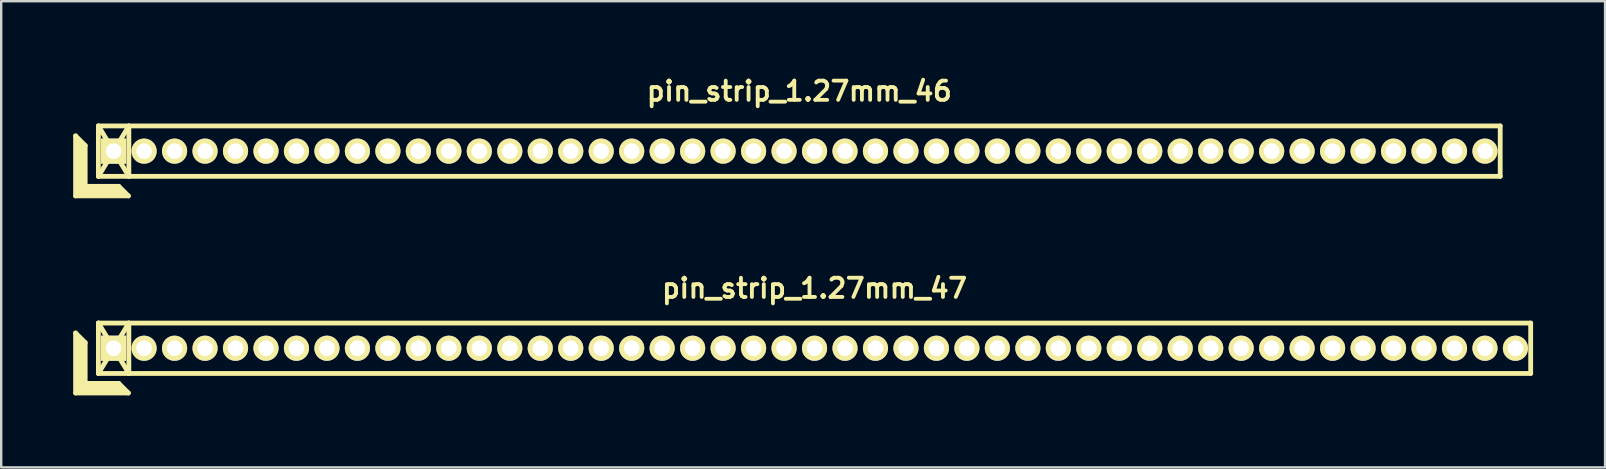
<source format=kicad_pcb>
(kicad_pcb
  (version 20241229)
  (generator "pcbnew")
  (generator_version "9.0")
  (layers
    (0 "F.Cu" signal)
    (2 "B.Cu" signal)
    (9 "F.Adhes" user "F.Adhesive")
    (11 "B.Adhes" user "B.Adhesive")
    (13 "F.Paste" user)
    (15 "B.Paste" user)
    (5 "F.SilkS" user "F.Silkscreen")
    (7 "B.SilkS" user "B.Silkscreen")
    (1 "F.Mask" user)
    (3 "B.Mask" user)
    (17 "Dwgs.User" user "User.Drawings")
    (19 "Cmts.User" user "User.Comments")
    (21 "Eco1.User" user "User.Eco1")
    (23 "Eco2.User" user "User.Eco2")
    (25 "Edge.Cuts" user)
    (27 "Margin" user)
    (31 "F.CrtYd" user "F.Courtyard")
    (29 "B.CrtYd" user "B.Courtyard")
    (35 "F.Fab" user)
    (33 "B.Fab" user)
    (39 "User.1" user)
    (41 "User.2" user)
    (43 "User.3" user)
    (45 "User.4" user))
  (footprint "pin_strip_1.27mm_47"
    (layer "F.Cu")
    (at 30.895 11.463)
    (property "Reference" "pin_strip_1.27mm_47" (at 0 -2.5 0) (layer "F.SilkS") (effects (font (size 0.8 0.8) (thickness 0.16))))
    (attr through_hole)
    (fp_line (start -30.795 -0.635) (end -30.795 1.865) (stroke (width 0.2) (type solid)) (layer "F.SilkS"))
    (fp_line (start -30.795 -0.635) (end -30.395 -0.235) (stroke (width 0.2) (type solid)) (layer "F.SilkS"))
    (fp_line (start -30.795 1.865) (end -28.595 1.865) (stroke (width 0.2) (type solid)) (layer "F.SilkS"))
    (fp_line (start -30.695 1.765) (end -30.695 -0.435) (stroke (width 0.2) (type solid)) (layer "F.SilkS"))
    (fp_line (start -30.695 1.765) (end -28.795 1.765) (stroke (width 0.2) (type solid)) (layer "F.SilkS"))
    (fp_line (start -30.595 1.665) (end -30.595 -0.335) (stroke (width 0.2) (type solid)) (layer "F.SilkS"))
    (fp_line (start -30.595 1.665) (end -28.895 1.665) (stroke (width 0.2) (type solid)) (layer "F.SilkS"))
    (fp_line (start -30.495 1.565) (end -30.495 -0.235) (stroke (width 0.2) (type solid)) (layer "F.SilkS"))
    (fp_line (start -30.495 1.565) (end -28.995 1.565) (stroke (width 0.2) (type solid)) (layer "F.SilkS"))
    (fp_line (start -30.395 1.465) (end -30.395 -0.235) (stroke (width 0.2) (type solid)) (layer "F.SilkS"))
    (fp_line (start -30.395 1.465) (end -28.995 1.465) (stroke (width 0.2) (type solid)) (layer "F.SilkS"))
    (fp_line (start -29.845 -1.05) (end -28.575 1.05) (stroke (width 0.2) (type solid)) (layer "F.SilkS"))
    (fp_line (start -29.845 -1.05) (end 29.845 -1.05) (stroke (width 0.2) (type solid)) (layer "F.SilkS"))
    (fp_line (start -29.845 1.05) (end -29.845 -1.05) (stroke (width 0.2) (type solid)) (layer "F.SilkS"))
    (fp_line (start -29.845 1.05) (end -28.575 -1.05) (stroke (width 0.2) (type solid)) (layer "F.SilkS"))
    (fp_line (start -28.995 1.465) (end -28.595 1.865) (stroke (width 0.2) (type solid)) (layer "F.SilkS"))
    (fp_line (start -28.575 -1.05) (end -28.575 1.05) (stroke (width 0.2) (type solid)) (layer "F.SilkS"))
    (fp_line (start 29.845 -1.05) (end 29.845 1.05) (stroke (width 0.2) (type solid)) (layer "F.SilkS"))
    (fp_line (start 29.845 1.05) (end -29.845 1.05) (stroke (width 0.2) (type solid)) (layer "F.SilkS"))
    (pad "1" thru_hole rect (at -29.21 0) (size 1.05 1.05) (drill 0.65) (layers "*.Cu" "*.Mask" "F.SilkS"))
    (pad "2" thru_hole oval (at -27.94 0) (size 1.05 1.05) (drill 0.65) (layers "*.Cu" "*.Mask" "F.SilkS"))
    (pad "3" thru_hole oval (at -26.67 0) (size 1.05 1.05) (drill 0.65) (layers "*.Cu" "*.Mask" "F.SilkS"))
    (pad "4" thru_hole oval (at -25.4 0) (size 1.05 1.05) (drill 0.65) (layers "*.Cu" "*.Mask" "F.SilkS"))
    (pad "5" thru_hole oval (at -24.13 0) (size 1.05 1.05) (drill 0.65) (layers "*.Cu" "*.Mask" "F.SilkS"))
    (pad "6" thru_hole oval (at -22.86 0) (size 1.05 1.05) (drill 0.65) (layers "*.Cu" "*.Mask" "F.SilkS"))
    (pad "7" thru_hole oval (at -21.59 0) (size 1.05 1.05) (drill 0.65) (layers "*.Cu" "*.Mask" "F.SilkS"))
    (pad "8" thru_hole oval (at -20.32 0) (size 1.05 1.05) (drill 0.65) (layers "*.Cu" "*.Mask" "F.SilkS"))
    (pad "9" thru_hole oval (at -19.05 0) (size 1.05 1.05) (drill 0.65) (layers "*.Cu" "*.Mask" "F.SilkS"))
    (pad "10" thru_hole oval (at -17.78 0) (size 1.05 1.05) (drill 0.65) (layers "*.Cu" "*.Mask" "F.SilkS"))
    (pad "11" thru_hole oval (at -16.51 0) (size 1.05 1.05) (drill 0.65) (layers "*.Cu" "*.Mask" "F.SilkS"))
    (pad "12" thru_hole oval (at -15.24 0) (size 1.05 1.05) (drill 0.65) (layers "*.Cu" "*.Mask" "F.SilkS"))
    (pad "13" thru_hole oval (at -13.97 0) (size 1.05 1.05) (drill 0.65) (layers "*.Cu" "*.Mask" "F.SilkS"))
    (pad "14" thru_hole oval (at -12.7 0) (size 1.05 1.05) (drill 0.65) (layers "*.Cu" "*.Mask" "F.SilkS"))
    (pad "15" thru_hole oval (at -11.43 0) (size 1.05 1.05) (drill 0.65) (layers "*.Cu" "*.Mask" "F.SilkS"))
    (pad "16" thru_hole oval (at -10.16 0) (size 1.05 1.05) (drill 0.65) (layers "*.Cu" "*.Mask" "F.SilkS"))
    (pad "17" thru_hole oval (at -8.89 0) (size 1.05 1.05) (drill 0.65) (layers "*.Cu" "*.Mask" "F.SilkS"))
    (pad "18" thru_hole oval (at -7.62 0) (size 1.05 1.05) (drill 0.65) (layers "*.Cu" "*.Mask" "F.SilkS"))
    (pad "19" thru_hole oval (at -6.35 0) (size 1.05 1.05) (drill 0.65) (layers "*.Cu" "*.Mask" "F.SilkS"))
    (pad "20" thru_hole oval (at -5.08 0) (size 1.05 1.05) (drill 0.65) (layers "*.Cu" "*.Mask" "F.SilkS"))
    (pad "21" thru_hole oval (at -3.81 0) (size 1.05 1.05) (drill 0.65) (layers "*.Cu" "*.Mask" "F.SilkS"))
    (pad "22" thru_hole oval (at -2.54 0) (size 1.05 1.05) (drill 0.65) (layers "*.Cu" "*.Mask" "F.SilkS"))
    (pad "23" thru_hole oval (at -1.27 0) (size 1.05 1.05) (drill 0.65) (layers "*.Cu" "*.Mask" "F.SilkS"))
    (pad "24" thru_hole oval (at 0 0) (size 1.05 1.05) (drill 0.65) (layers "*.Cu" "*.Mask" "F.SilkS"))
    (pad "25" thru_hole oval (at 1.27 0) (size 1.05 1.05) (drill 0.65) (layers "*.Cu" "*.Mask" "F.SilkS"))
    (pad "26" thru_hole oval (at 2.54 0) (size 1.05 1.05) (drill 0.65) (layers "*.Cu" "*.Mask" "F.SilkS"))
    (pad "27" thru_hole oval (at 3.81 0) (size 1.05 1.05) (drill 0.65) (layers "*.Cu" "*.Mask" "F.SilkS"))
    (pad "28" thru_hole oval (at 5.08 0) (size 1.05 1.05) (drill 0.65) (layers "*.Cu" "*.Mask" "F.SilkS"))
    (pad "29" thru_hole oval (at 6.35 0) (size 1.05 1.05) (drill 0.65) (layers "*.Cu" "*.Mask" "F.SilkS"))
    (pad "30" thru_hole oval (at 7.62 0) (size 1.05 1.05) (drill 0.65) (layers "*.Cu" "*.Mask" "F.SilkS"))
    (pad "31" thru_hole oval (at 8.89 0) (size 1.05 1.05) (drill 0.65) (layers "*.Cu" "*.Mask" "F.SilkS"))
    (pad "32" thru_hole oval (at 10.16 0) (size 1.05 1.05) (drill 0.65) (layers "*.Cu" "*.Mask" "F.SilkS"))
    (pad "33" thru_hole oval (at 11.43 0) (size 1.05 1.05) (drill 0.65) (layers "*.Cu" "*.Mask" "F.SilkS"))
    (pad "34" thru_hole oval (at 12.7 0) (size 1.05 1.05) (drill 0.65) (layers "*.Cu" "*.Mask" "F.SilkS"))
    (pad "35" thru_hole oval (at 13.97 0) (size 1.05 1.05) (drill 0.65) (layers "*.Cu" "*.Mask" "F.SilkS"))
    (pad "36" thru_hole oval (at 15.24 0) (size 1.05 1.05) (drill 0.65) (layers "*.Cu" "*.Mask" "F.SilkS"))
    (pad "37" thru_hole oval (at 16.51 0) (size 1.05 1.05) (drill 0.65) (layers "*.Cu" "*.Mask" "F.SilkS"))
    (pad "38" thru_hole oval (at 17.78 0) (size 1.05 1.05) (drill 0.65) (layers "*.Cu" "*.Mask" "F.SilkS"))
    (pad "39" thru_hole oval (at 19.05 0) (size 1.05 1.05) (drill 0.65) (layers "*.Cu" "*.Mask" "F.SilkS"))
    (pad "40" thru_hole oval (at 20.32 0) (size 1.05 1.05) (drill 0.65) (layers "*.Cu" "*.Mask" "F.SilkS"))
    (pad "41" thru_hole oval (at 21.59 0) (size 1.05 1.05) (drill 0.65) (layers "*.Cu" "*.Mask" "F.SilkS"))
    (pad "42" thru_hole oval (at 22.86 0) (size 1.05 1.05) (drill 0.65) (layers "*.Cu" "*.Mask" "F.SilkS"))
    (pad "43" thru_hole oval (at 24.13 0) (size 1.05 1.05) (drill 0.65) (layers "*.Cu" "*.Mask" "F.SilkS"))
    (pad "44" thru_hole oval (at 25.4 0) (size 1.05 1.05) (drill 0.65) (layers "*.Cu" "*.Mask" "F.SilkS"))
    (pad "45" thru_hole oval (at 26.67 0) (size 1.05 1.05) (drill 0.65) (layers "*.Cu" "*.Mask" "F.SilkS"))
    (pad "46" thru_hole oval (at 27.94 0) (size 1.05 1.05) (drill 0.65) (layers "*.Cu" "*.Mask" "F.SilkS"))
    (pad "47" thru_hole oval (at 29.21 0) (size 1.05 1.05) (drill 0.65) (layers "*.Cu" "*.Mask" "F.SilkS")))
  (footprint "pin_strip_1.27mm_46"
    (layer "F.Cu")
    (at 30.26 3.249)
    (property "Reference" "pin_strip_1.27mm_46" (at 0 -2.5 0) (layer "F.SilkS") (effects (font (size 0.8 0.8) (thickness 0.16))))
    (attr through_hole)
    (fp_line (start -30.16 -0.635) (end -30.16 1.865) (stroke (width 0.2) (type solid)) (layer "F.SilkS"))
    (fp_line (start -30.16 -0.635) (end -29.76 -0.235) (stroke (width 0.2) (type solid)) (layer "F.SilkS"))
    (fp_line (start -30.16 1.865) (end -27.96 1.865) (stroke (width 0.2) (type solid)) (layer "F.SilkS"))
    (fp_line (start -30.06 1.765) (end -30.06 -0.435) (stroke (width 0.2) (type solid)) (layer "F.SilkS"))
    (fp_line (start -30.06 1.765) (end -28.16 1.765) (stroke (width 0.2) (type solid)) (layer "F.SilkS"))
    (fp_line (start -29.96 1.665) (end -29.96 -0.335) (stroke (width 0.2) (type solid)) (layer "F.SilkS"))
    (fp_line (start -29.96 1.665) (end -28.26 1.665) (stroke (width 0.2) (type solid)) (layer "F.SilkS"))
    (fp_line (start -29.86 1.565) (end -29.86 -0.235) (stroke (width 0.2) (type solid)) (layer "F.SilkS"))
    (fp_line (start -29.86 1.565) (end -28.36 1.565) (stroke (width 0.2) (type solid)) (layer "F.SilkS"))
    (fp_line (start -29.76 1.465) (end -29.76 -0.235) (stroke (width 0.2) (type solid)) (layer "F.SilkS"))
    (fp_line (start -29.76 1.465) (end -28.36 1.465) (stroke (width 0.2) (type solid)) (layer "F.SilkS"))
    (fp_line (start -29.21 -1.05) (end -27.94 1.05) (stroke (width 0.2) (type solid)) (layer "F.SilkS"))
    (fp_line (start -29.21 -1.05) (end 29.21 -1.05) (stroke (width 0.2) (type solid)) (layer "F.SilkS"))
    (fp_line (start -29.21 1.05) (end -29.21 -1.05) (stroke (width 0.2) (type solid)) (layer "F.SilkS"))
    (fp_line (start -29.21 1.05) (end -27.94 -1.05) (stroke (width 0.2) (type solid)) (layer "F.SilkS"))
    (fp_line (start -28.36 1.465) (end -27.96 1.865) (stroke (width 0.2) (type solid)) (layer "F.SilkS"))
    (fp_line (start -27.94 -1.05) (end -27.94 1.05) (stroke (width 0.2) (type solid)) (layer "F.SilkS"))
    (fp_line (start 29.21 -1.05) (end 29.21 1.05) (stroke (width 0.2) (type solid)) (layer "F.SilkS"))
    (fp_line (start 29.21 1.05) (end -29.21 1.05) (stroke (width 0.2) (type solid)) (layer "F.SilkS"))
    (pad "1" thru_hole rect (at -28.575 0) (size 1.05 1.05) (drill 0.65) (layers "*.Cu" "*.Mask" "F.SilkS"))
    (pad "2" thru_hole oval (at -27.305 0) (size 1.05 1.05) (drill 0.65) (layers "*.Cu" "*.Mask" "F.SilkS"))
    (pad "3" thru_hole oval (at -26.035 0) (size 1.05 1.05) (drill 0.65) (layers "*.Cu" "*.Mask" "F.SilkS"))
    (pad "4" thru_hole oval (at -24.765 0) (size 1.05 1.05) (drill 0.65) (layers "*.Cu" "*.Mask" "F.SilkS"))
    (pad "5" thru_hole oval (at -23.495 0) (size 1.05 1.05) (drill 0.65) (layers "*.Cu" "*.Mask" "F.SilkS"))
    (pad "6" thru_hole oval (at -22.225 0) (size 1.05 1.05) (drill 0.65) (layers "*.Cu" "*.Mask" "F.SilkS"))
    (pad "7" thru_hole oval (at -20.955 0) (size 1.05 1.05) (drill 0.65) (layers "*.Cu" "*.Mask" "F.SilkS"))
    (pad "8" thru_hole oval (at -19.685 0) (size 1.05 1.05) (drill 0.65) (layers "*.Cu" "*.Mask" "F.SilkS"))
    (pad "9" thru_hole oval (at -18.415 0) (size 1.05 1.05) (drill 0.65) (layers "*.Cu" "*.Mask" "F.SilkS"))
    (pad "10" thru_hole oval (at -17.145 0) (size 1.05 1.05) (drill 0.65) (layers "*.Cu" "*.Mask" "F.SilkS"))
    (pad "11" thru_hole oval (at -15.875 0) (size 1.05 1.05) (drill 0.65) (layers "*.Cu" "*.Mask" "F.SilkS"))
    (pad "12" thru_hole oval (at -14.605 0) (size 1.05 1.05) (drill 0.65) (layers "*.Cu" "*.Mask" "F.SilkS"))
    (pad "13" thru_hole oval (at -13.335 0) (size 1.05 1.05) (drill 0.65) (layers "*.Cu" "*.Mask" "F.SilkS"))
    (pad "14" thru_hole oval (at -12.065 0) (size 1.05 1.05) (drill 0.65) (layers "*.Cu" "*.Mask" "F.SilkS"))
    (pad "15" thru_hole oval (at -10.795 0) (size 1.05 1.05) (drill 0.65) (layers "*.Cu" "*.Mask" "F.SilkS"))
    (pad "16" thru_hole oval (at -9.525 0) (size 1.05 1.05) (drill 0.65) (layers "*.Cu" "*.Mask" "F.SilkS"))
    (pad "17" thru_hole oval (at -8.255 0) (size 1.05 1.05) (drill 0.65) (layers "*.Cu" "*.Mask" "F.SilkS"))
    (pad "18" thru_hole oval (at -6.985 0) (size 1.05 1.05) (drill 0.65) (layers "*.Cu" "*.Mask" "F.SilkS"))
    (pad "19" thru_hole oval (at -5.715 0) (size 1.05 1.05) (drill 0.65) (layers "*.Cu" "*.Mask" "F.SilkS"))
    (pad "20" thru_hole oval (at -4.445 0) (size 1.05 1.05) (drill 0.65) (layers "*.Cu" "*.Mask" "F.SilkS"))
    (pad "21" thru_hole oval (at -3.175 0) (size 1.05 1.05) (drill 0.65) (layers "*.Cu" "*.Mask" "F.SilkS"))
    (pad "22" thru_hole oval (at -1.905 0) (size 1.05 1.05) (drill 0.65) (layers "*.Cu" "*.Mask" "F.SilkS"))
    (pad "23" thru_hole oval (at -0.635 0) (size 1.05 1.05) (drill 0.65) (layers "*.Cu" "*.Mask" "F.SilkS"))
    (pad "24" thru_hole oval (at 0.635 0) (size 1.05 1.05) (drill 0.65) (layers "*.Cu" "*.Mask" "F.SilkS"))
    (pad "25" thru_hole oval (at 1.905 0) (size 1.05 1.05) (drill 0.65) (layers "*.Cu" "*.Mask" "F.SilkS"))
    (pad "26" thru_hole oval (at 3.175 0) (size 1.05 1.05) (drill 0.65) (layers "*.Cu" "*.Mask" "F.SilkS"))
    (pad "27" thru_hole oval (at 4.445 0) (size 1.05 1.05) (drill 0.65) (layers "*.Cu" "*.Mask" "F.SilkS"))
    (pad "28" thru_hole oval (at 5.715 0) (size 1.05 1.05) (drill 0.65) (layers "*.Cu" "*.Mask" "F.SilkS"))
    (pad "29" thru_hole oval (at 6.985 0) (size 1.05 1.05) (drill 0.65) (layers "*.Cu" "*.Mask" "F.SilkS"))
    (pad "30" thru_hole oval (at 8.255 0) (size 1.05 1.05) (drill 0.65) (layers "*.Cu" "*.Mask" "F.SilkS"))
    (pad "31" thru_hole oval (at 9.525 0) (size 1.05 1.05) (drill 0.65) (layers "*.Cu" "*.Mask" "F.SilkS"))
    (pad "32" thru_hole oval (at 10.795 0) (size 1.05 1.05) (drill 0.65) (layers "*.Cu" "*.Mask" "F.SilkS"))
    (pad "33" thru_hole oval (at 12.065 0) (size 1.05 1.05) (drill 0.65) (layers "*.Cu" "*.Mask" "F.SilkS"))
    (pad "34" thru_hole oval (at 13.335 0) (size 1.05 1.05) (drill 0.65) (layers "*.Cu" "*.Mask" "F.SilkS"))
    (pad "35" thru_hole oval (at 14.605 0) (size 1.05 1.05) (drill 0.65) (layers "*.Cu" "*.Mask" "F.SilkS"))
    (pad "36" thru_hole oval (at 15.875 0) (size 1.05 1.05) (drill 0.65) (layers "*.Cu" "*.Mask" "F.SilkS"))
    (pad "37" thru_hole oval (at 17.145 0) (size 1.05 1.05) (drill 0.65) (layers "*.Cu" "*.Mask" "F.SilkS"))
    (pad "38" thru_hole oval (at 18.415 0) (size 1.05 1.05) (drill 0.65) (layers "*.Cu" "*.Mask" "F.SilkS"))
    (pad "39" thru_hole oval (at 19.685 0) (size 1.05 1.05) (drill 0.65) (layers "*.Cu" "*.Mask" "F.SilkS"))
    (pad "40" thru_hole oval (at 20.955 0) (size 1.05 1.05) (drill 0.65) (layers "*.Cu" "*.Mask" "F.SilkS"))
    (pad "41" thru_hole oval (at 22.225 0) (size 1.05 1.05) (drill 0.65) (layers "*.Cu" "*.Mask" "F.SilkS"))
    (pad "42" thru_hole oval (at 23.495 0) (size 1.05 1.05) (drill 0.65) (layers "*.Cu" "*.Mask" "F.SilkS"))
    (pad "43" thru_hole oval (at 24.765 0) (size 1.05 1.05) (drill 0.65) (layers "*.Cu" "*.Mask" "F.SilkS"))
    (pad "44" thru_hole oval (at 26.035 0) (size 1.05 1.05) (drill 0.65) (layers "*.Cu" "*.Mask" "F.SilkS"))
    (pad "45" thru_hole oval (at 27.305 0) (size 1.05 1.05) (drill 0.65) (layers "*.Cu" "*.Mask" "F.SilkS"))
    (pad "46" thru_hole oval (at 28.575 0) (size 1.05 1.05) (drill 0.65) (layers "*.Cu" "*.Mask" "F.SilkS")))
  (gr_rect
    (start -3 -3)
    (end 63.84 16.428)
    (stroke (width 0.1) (type default))
    (fill no)
    (layer "Edge.Cuts")))
</source>
